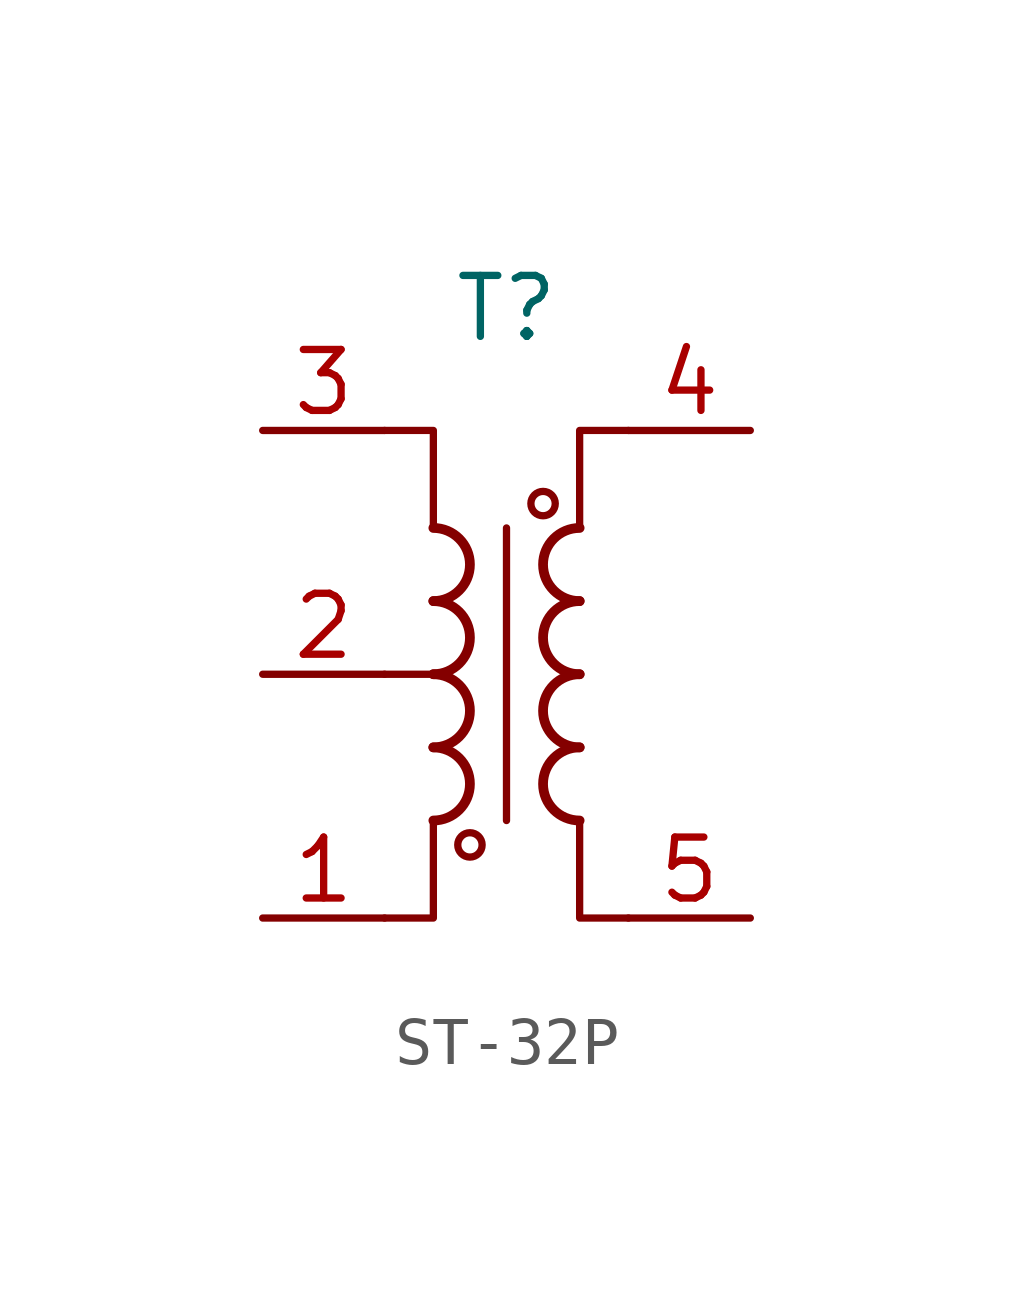
<source format=kicad_sym>
(kicad_symbol_lib
  (version 20220914)
  (generator kicad_symbol_editor)
  (symbol "ST-32P"
    (property "Reference" "T"
      (at 0 7.62 0)
      (effects (font (size 1.27 1.27))))
    (property "Value" ""
      (at 0 0 0)
      (effects (font (size 1.27 1.27))))
    (symbol "ST-32P_0_1"
      (arc (start -1.524 -3.048) (mid -0.7653 -2.286) (end -1.524 -1.524) (stroke (width 0.2032) (type default)) (fill (type none)))
      (arc (start -1.524 -1.524) (mid -0.7653 -0.762) (end -1.524 0) (stroke (width 0.2032) (type default)) (fill (type none)))
      (arc (start -1.524 0) (mid -0.7653 0.762) (end -1.524 1.524) (stroke (width 0.2032) (type default)) (fill (type none)))
      (arc (start -1.524 1.524) (mid -0.7653 2.286) (end -1.524 3.048) (stroke (width 0.2032) (type default)) (fill (type none)))
      (circle (center -0.762 -3.556) (radius 0.254) (stroke (width 0) (type default)) (fill (type none)))
      (polyline (pts (xy -2.54 0) (xy -1.27 0)) (stroke (width 0) (type default)) (fill (type none)))
      (polyline (pts (xy 0 3.048) (xy 0 -3.048)) (stroke (width 0) (type default)) (fill (type none)))
      (polyline (pts (xy -2.54 5.08) (xy -1.524 5.08) (xy -1.524 3.048)) (stroke (width 0.152) (type default)) (fill (type none)))
      (polyline (pts (xy -1.524 -3.048) (xy -1.524 -5.08) (xy -2.54 -5.08)) (stroke (width 0.152) (type default)) (fill (type none)))
      (polyline (pts (xy 1.524 3.048) (xy 1.524 5.08) (xy 2.54 5.08)) (stroke (width 0.152) (type default)) (fill (type none)))
      (polyline (pts (xy 2.54 -5.08) (xy 1.524 -5.08) (xy 1.524 -3.048)) (stroke (width 0.152) (type default)) (fill (type none)))
      (circle (center 0.762 3.556) (radius 0.254) (stroke (width 0) (type default)) (fill (type none)))
      (arc (start 1.524 -1.524) (mid 0.7653 -2.286) (end 1.524 -3.048) (stroke (width 0.2032) (type default)) (fill (type none)))
      (arc (start 1.524 0) (mid 0.7653 -0.762) (end 1.524 -1.524) (stroke (width 0.2032) (type default)) (fill (type none)))
      (arc (start 1.524 1.524) (mid 0.7653 0.762) (end 1.524 0) (stroke (width 0.2032) (type default)) (fill (type none)))
      (arc (start 1.524 3.048) (mid 0.7653 2.286) (end 1.524 1.524) (stroke (width 0.2032) (type default)) (fill (type none))))
    (symbol "ST-32P_1_1"
      (pin passive line (at -5.08 -5.08 0) (length 2.54) (name "~" (effects (font (size 1.27 1.27)))) (number "1" (effects (font (size 1.27 1.27)))))
      (pin passive line (at -5.08 0 0) (length 2.54) (name "~" (effects (font (size 1.27 1.27)))) (number "2" (effects (font (size 1.27 1.27)))))
      (pin passive line (at -5.08 5.08 0) (length 2.54) (name "~" (effects (font (size 1.27 1.27)))) (number "3" (effects (font (size 1.27 1.27)))))
      (pin passive line (at 5.08 5.08 180) (length 2.54) (name "~" (effects (font (size 1.27 1.27)))) (number "4" (effects (font (size 1.27 1.27)))))
      (pin passive line (at 5.08 -5.08 180) (length 2.54) (name "~" (effects (font (size 1.27 1.27)))) (number "5" (effects (font (size 1.27 1.27))))))))
</source>
